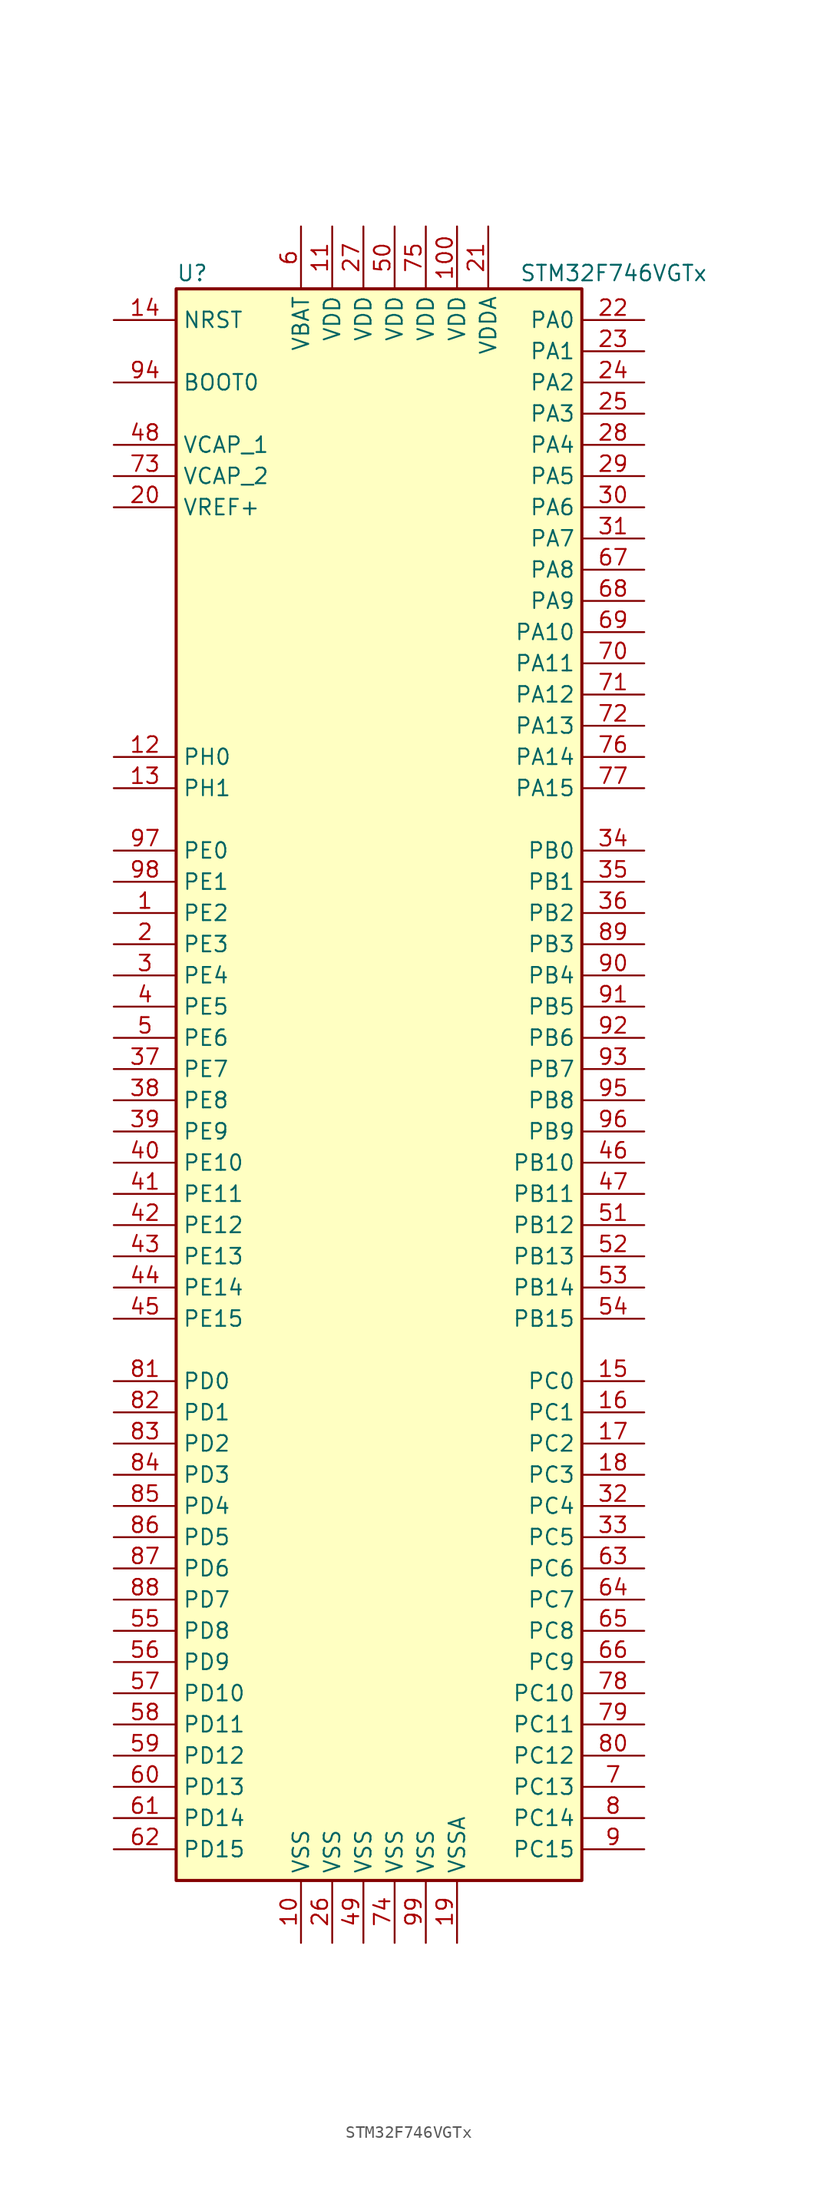
<source format=kicad_sym>
(kicad_symbol_lib
  (version 20201005)
  (generator kicad_symbol_editor)
  (symbol "STM32F746VGTx"
    (property "Reference" "U"
      (at -17.78 64.77 0)
      (effects (font (size 1.27 1.27)) (justify left)))
    (property "Value" "STM32F746VGTx"
      (at 10.16 64.77 0)
      (effects (font (size 1.27 1.27)) (justify left)))
    (symbol "STM32F746VGTx_0_1"
      (rectangle (start -17.78 -66.04) (end 15.24 63.5) (stroke (width 0.254)) (fill (type background))))
    (symbol "STM32F746VGTx_1_1"
      (pin input line (at -22.86 55.88 0) (length 5.08) (name "BOOT0" (effects (font (size 1.27 1.27)))) (number "94" (effects (font (size 1.27 1.27)))))
      (pin input line (at -22.86 60.96 0) (length 5.08) (name "NRST" (effects (font (size 1.27 1.27)))) (number "14" (effects (font (size 1.27 1.27)))))
      (pin bidirectional line (at 20.32 60.96 180) (length 5.08) (name "PA0" (effects (font (size 1.27 1.27)))) (number "22" (effects (font (size 1.27 1.27)))))
      (pin bidirectional line (at 20.32 58.42 180) (length 5.08) (name "PA1" (effects (font (size 1.27 1.27)))) (number "23" (effects (font (size 1.27 1.27)))))
      (pin bidirectional line (at 20.32 35.56 180) (length 5.08) (name "PA10" (effects (font (size 1.27 1.27)))) (number "69" (effects (font (size 1.27 1.27)))))
      (pin bidirectional line (at 20.32 33.02 180) (length 5.08) (name "PA11" (effects (font (size 1.27 1.27)))) (number "70" (effects (font (size 1.27 1.27)))))
      (pin bidirectional line (at 20.32 30.48 180) (length 5.08) (name "PA12" (effects (font (size 1.27 1.27)))) (number "71" (effects (font (size 1.27 1.27)))))
      (pin bidirectional line (at 20.32 27.94 180) (length 5.08) (name "PA13" (effects (font (size 1.27 1.27)))) (number "72" (effects (font (size 1.27 1.27)))))
      (pin bidirectional line (at 20.32 25.4 180) (length 5.08) (name "PA14" (effects (font (size 1.27 1.27)))) (number "76" (effects (font (size 1.27 1.27)))))
      (pin bidirectional line (at 20.32 22.86 180) (length 5.08) (name "PA15" (effects (font (size 1.27 1.27)))) (number "77" (effects (font (size 1.27 1.27)))))
      (pin bidirectional line (at 20.32 55.88 180) (length 5.08) (name "PA2" (effects (font (size 1.27 1.27)))) (number "24" (effects (font (size 1.27 1.27)))))
      (pin bidirectional line (at 20.32 53.34 180) (length 5.08) (name "PA3" (effects (font (size 1.27 1.27)))) (number "25" (effects (font (size 1.27 1.27)))))
      (pin bidirectional line (at 20.32 50.8 180) (length 5.08) (name "PA4" (effects (font (size 1.27 1.27)))) (number "28" (effects (font (size 1.27 1.27)))))
      (pin bidirectional line (at 20.32 48.26 180) (length 5.08) (name "PA5" (effects (font (size 1.27 1.27)))) (number "29" (effects (font (size 1.27 1.27)))))
      (pin bidirectional line (at 20.32 45.72 180) (length 5.08) (name "PA6" (effects (font (size 1.27 1.27)))) (number "30" (effects (font (size 1.27 1.27)))))
      (pin bidirectional line (at 20.32 43.18 180) (length 5.08) (name "PA7" (effects (font (size 1.27 1.27)))) (number "31" (effects (font (size 1.27 1.27)))))
      (pin bidirectional line (at 20.32 40.64 180) (length 5.08) (name "PA8" (effects (font (size 1.27 1.27)))) (number "67" (effects (font (size 1.27 1.27)))))
      (pin bidirectional line (at 20.32 38.1 180) (length 5.08) (name "PA9" (effects (font (size 1.27 1.27)))) (number "68" (effects (font (size 1.27 1.27)))))
      (pin bidirectional line (at 20.32 17.78 180) (length 5.08) (name "PB0" (effects (font (size 1.27 1.27)))) (number "34" (effects (font (size 1.27 1.27)))))
      (pin bidirectional line (at 20.32 15.24 180) (length 5.08) (name "PB1" (effects (font (size 1.27 1.27)))) (number "35" (effects (font (size 1.27 1.27)))))
      (pin bidirectional line (at 20.32 -7.62 180) (length 5.08) (name "PB10" (effects (font (size 1.27 1.27)))) (number "46" (effects (font (size 1.27 1.27)))))
      (pin bidirectional line (at 20.32 -10.16 180) (length 5.08) (name "PB11" (effects (font (size 1.27 1.27)))) (number "47" (effects (font (size 1.27 1.27)))))
      (pin bidirectional line (at 20.32 -12.7 180) (length 5.08) (name "PB12" (effects (font (size 1.27 1.27)))) (number "51" (effects (font (size 1.27 1.27)))))
      (pin bidirectional line (at 20.32 -15.24 180) (length 5.08) (name "PB13" (effects (font (size 1.27 1.27)))) (number "52" (effects (font (size 1.27 1.27)))))
      (pin bidirectional line (at 20.32 -17.78 180) (length 5.08) (name "PB14" (effects (font (size 1.27 1.27)))) (number "53" (effects (font (size 1.27 1.27)))))
      (pin bidirectional line (at 20.32 -20.32 180) (length 5.08) (name "PB15" (effects (font (size 1.27 1.27)))) (number "54" (effects (font (size 1.27 1.27)))))
      (pin bidirectional line (at 20.32 12.7 180) (length 5.08) (name "PB2" (effects (font (size 1.27 1.27)))) (number "36" (effects (font (size 1.27 1.27)))))
      (pin bidirectional line (at 20.32 10.16 180) (length 5.08) (name "PB3" (effects (font (size 1.27 1.27)))) (number "89" (effects (font (size 1.27 1.27)))))
      (pin bidirectional line (at 20.32 7.62 180) (length 5.08) (name "PB4" (effects (font (size 1.27 1.27)))) (number "90" (effects (font (size 1.27 1.27)))))
      (pin bidirectional line (at 20.32 5.08 180) (length 5.08) (name "PB5" (effects (font (size 1.27 1.27)))) (number "91" (effects (font (size 1.27 1.27)))))
      (pin bidirectional line (at 20.32 2.54 180) (length 5.08) (name "PB6" (effects (font (size 1.27 1.27)))) (number "92" (effects (font (size 1.27 1.27)))))
      (pin bidirectional line (at 20.32 0 180) (length 5.08) (name "PB7" (effects (font (size 1.27 1.27)))) (number "93" (effects (font (size 1.27 1.27)))))
      (pin bidirectional line (at 20.32 -2.54 180) (length 5.08) (name "PB8" (effects (font (size 1.27 1.27)))) (number "95" (effects (font (size 1.27 1.27)))))
      (pin bidirectional line (at 20.32 -5.08 180) (length 5.08) (name "PB9" (effects (font (size 1.27 1.27)))) (number "96" (effects (font (size 1.27 1.27)))))
      (pin bidirectional line (at 20.32 -25.4 180) (length 5.08) (name "PC0" (effects (font (size 1.27 1.27)))) (number "15" (effects (font (size 1.27 1.27)))))
      (pin bidirectional line (at 20.32 -27.94 180) (length 5.08) (name "PC1" (effects (font (size 1.27 1.27)))) (number "16" (effects (font (size 1.27 1.27)))))
      (pin bidirectional line (at 20.32 -50.8 180) (length 5.08) (name "PC10" (effects (font (size 1.27 1.27)))) (number "78" (effects (font (size 1.27 1.27)))))
      (pin bidirectional line (at 20.32 -53.34 180) (length 5.08) (name "PC11" (effects (font (size 1.27 1.27)))) (number "79" (effects (font (size 1.27 1.27)))))
      (pin bidirectional line (at 20.32 -55.88 180) (length 5.08) (name "PC12" (effects (font (size 1.27 1.27)))) (number "80" (effects (font (size 1.27 1.27)))))
      (pin bidirectional line (at 20.32 -58.42 180) (length 5.08) (name "PC13" (effects (font (size 1.27 1.27)))) (number "7" (effects (font (size 1.27 1.27)))))
      (pin bidirectional line (at 20.32 -60.96 180) (length 5.08) (name "PC14" (effects (font (size 1.27 1.27)))) (number "8" (effects (font (size 1.27 1.27)))))
      (pin bidirectional line (at 20.32 -63.5 180) (length 5.08) (name "PC15" (effects (font (size 1.27 1.27)))) (number "9" (effects (font (size 1.27 1.27)))))
      (pin bidirectional line (at 20.32 -30.48 180) (length 5.08) (name "PC2" (effects (font (size 1.27 1.27)))) (number "17" (effects (font (size 1.27 1.27)))))
      (pin bidirectional line (at 20.32 -33.02 180) (length 5.08) (name "PC3" (effects (font (size 1.27 1.27)))) (number "18" (effects (font (size 1.27 1.27)))))
      (pin bidirectional line (at 20.32 -35.56 180) (length 5.08) (name "PC4" (effects (font (size 1.27 1.27)))) (number "32" (effects (font (size 1.27 1.27)))))
      (pin bidirectional line (at 20.32 -38.1 180) (length 5.08) (name "PC5" (effects (font (size 1.27 1.27)))) (number "33" (effects (font (size 1.27 1.27)))))
      (pin bidirectional line (at 20.32 -40.64 180) (length 5.08) (name "PC6" (effects (font (size 1.27 1.27)))) (number "63" (effects (font (size 1.27 1.27)))))
      (pin bidirectional line (at 20.32 -43.18 180) (length 5.08) (name "PC7" (effects (font (size 1.27 1.27)))) (number "64" (effects (font (size 1.27 1.27)))))
      (pin bidirectional line (at 20.32 -45.72 180) (length 5.08) (name "PC8" (effects (font (size 1.27 1.27)))) (number "65" (effects (font (size 1.27 1.27)))))
      (pin bidirectional line (at 20.32 -48.26 180) (length 5.08) (name "PC9" (effects (font (size 1.27 1.27)))) (number "66" (effects (font (size 1.27 1.27)))))
      (pin bidirectional line (at -22.86 -25.4 0) (length 5.08) (name "PD0" (effects (font (size 1.27 1.27)))) (number "81" (effects (font (size 1.27 1.27)))))
      (pin bidirectional line (at -22.86 -27.94 0) (length 5.08) (name "PD1" (effects (font (size 1.27 1.27)))) (number "82" (effects (font (size 1.27 1.27)))))
      (pin bidirectional line (at -22.86 -50.8 0) (length 5.08) (name "PD10" (effects (font (size 1.27 1.27)))) (number "57" (effects (font (size 1.27 1.27)))))
      (pin bidirectional line (at -22.86 -53.34 0) (length 5.08) (name "PD11" (effects (font (size 1.27 1.27)))) (number "58" (effects (font (size 1.27 1.27)))))
      (pin bidirectional line (at -22.86 -55.88 0) (length 5.08) (name "PD12" (effects (font (size 1.27 1.27)))) (number "59" (effects (font (size 1.27 1.27)))))
      (pin bidirectional line (at -22.86 -58.42 0) (length 5.08) (name "PD13" (effects (font (size 1.27 1.27)))) (number "60" (effects (font (size 1.27 1.27)))))
      (pin bidirectional line (at -22.86 -60.96 0) (length 5.08) (name "PD14" (effects (font (size 1.27 1.27)))) (number "61" (effects (font (size 1.27 1.27)))))
      (pin bidirectional line (at -22.86 -63.5 0) (length 5.08) (name "PD15" (effects (font (size 1.27 1.27)))) (number "62" (effects (font (size 1.27 1.27)))))
      (pin bidirectional line (at -22.86 -30.48 0) (length 5.08) (name "PD2" (effects (font (size 1.27 1.27)))) (number "83" (effects (font (size 1.27 1.27)))))
      (pin bidirectional line (at -22.86 -33.02 0) (length 5.08) (name "PD3" (effects (font (size 1.27 1.27)))) (number "84" (effects (font (size 1.27 1.27)))))
      (pin bidirectional line (at -22.86 -35.56 0) (length 5.08) (name "PD4" (effects (font (size 1.27 1.27)))) (number "85" (effects (font (size 1.27 1.27)))))
      (pin bidirectional line (at -22.86 -38.1 0) (length 5.08) (name "PD5" (effects (font (size 1.27 1.27)))) (number "86" (effects (font (size 1.27 1.27)))))
      (pin bidirectional line (at -22.86 -40.64 0) (length 5.08) (name "PD6" (effects (font (size 1.27 1.27)))) (number "87" (effects (font (size 1.27 1.27)))))
      (pin bidirectional line (at -22.86 -43.18 0) (length 5.08) (name "PD7" (effects (font (size 1.27 1.27)))) (number "88" (effects (font (size 1.27 1.27)))))
      (pin bidirectional line (at -22.86 -45.72 0) (length 5.08) (name "PD8" (effects (font (size 1.27 1.27)))) (number "55" (effects (font (size 1.27 1.27)))))
      (pin bidirectional line (at -22.86 -48.26 0) (length 5.08) (name "PD9" (effects (font (size 1.27 1.27)))) (number "56" (effects (font (size 1.27 1.27)))))
      (pin bidirectional line (at -22.86 17.78 0) (length 5.08) (name "PE0" (effects (font (size 1.27 1.27)))) (number "97" (effects (font (size 1.27 1.27)))))
      (pin bidirectional line (at -22.86 15.24 0) (length 5.08) (name "PE1" (effects (font (size 1.27 1.27)))) (number "98" (effects (font (size 1.27 1.27)))))
      (pin bidirectional line (at -22.86 -7.62 0) (length 5.08) (name "PE10" (effects (font (size 1.27 1.27)))) (number "40" (effects (font (size 1.27 1.27)))))
      (pin bidirectional line (at -22.86 -10.16 0) (length 5.08) (name "PE11" (effects (font (size 1.27 1.27)))) (number "41" (effects (font (size 1.27 1.27)))))
      (pin bidirectional line (at -22.86 -12.7 0) (length 5.08) (name "PE12" (effects (font (size 1.27 1.27)))) (number "42" (effects (font (size 1.27 1.27)))))
      (pin bidirectional line (at -22.86 -15.24 0) (length 5.08) (name "PE13" (effects (font (size 1.27 1.27)))) (number "43" (effects (font (size 1.27 1.27)))))
      (pin bidirectional line (at -22.86 -17.78 0) (length 5.08) (name "PE14" (effects (font (size 1.27 1.27)))) (number "44" (effects (font (size 1.27 1.27)))))
      (pin bidirectional line (at -22.86 -20.32 0) (length 5.08) (name "PE15" (effects (font (size 1.27 1.27)))) (number "45" (effects (font (size 1.27 1.27)))))
      (pin bidirectional line (at -22.86 12.7 0) (length 5.08) (name "PE2" (effects (font (size 1.27 1.27)))) (number "1" (effects (font (size 1.27 1.27)))))
      (pin bidirectional line (at -22.86 10.16 0) (length 5.08) (name "PE3" (effects (font (size 1.27 1.27)))) (number "2" (effects (font (size 1.27 1.27)))))
      (pin bidirectional line (at -22.86 7.62 0) (length 5.08) (name "PE4" (effects (font (size 1.27 1.27)))) (number "3" (effects (font (size 1.27 1.27)))))
      (pin bidirectional line (at -22.86 5.08 0) (length 5.08) (name "PE5" (effects (font (size 1.27 1.27)))) (number "4" (effects (font (size 1.27 1.27)))))
      (pin bidirectional line (at -22.86 2.54 0) (length 5.08) (name "PE6" (effects (font (size 1.27 1.27)))) (number "5" (effects (font (size 1.27 1.27)))))
      (pin bidirectional line (at -22.86 0 0) (length 5.08) (name "PE7" (effects (font (size 1.27 1.27)))) (number "37" (effects (font (size 1.27 1.27)))))
      (pin bidirectional line (at -22.86 -2.54 0) (length 5.08) (name "PE8" (effects (font (size 1.27 1.27)))) (number "38" (effects (font (size 1.27 1.27)))))
      (pin bidirectional line (at -22.86 -5.08 0) (length 5.08) (name "PE9" (effects (font (size 1.27 1.27)))) (number "39" (effects (font (size 1.27 1.27)))))
      (pin input line (at -22.86 25.4 0) (length 5.08) (name "PH0" (effects (font (size 1.27 1.27)))) (number "12" (effects (font (size 1.27 1.27)))))
      (pin input line (at -22.86 22.86 0) (length 5.08) (name "PH1" (effects (font (size 1.27 1.27)))) (number "13" (effects (font (size 1.27 1.27)))))
      (pin power_in line (at -7.62 68.58 270) (length 5.08) (name "VBAT" (effects (font (size 1.27 1.27)))) (number "6" (effects (font (size 1.27 1.27)))))
      (pin power_in line (at -22.86 50.8 0) (length 5.08) (name "VCAP_1" (effects (font (size 1.27 1.27)))) (number "48" (effects (font (size 1.27 1.27)))))
      (pin power_in line (at -22.86 48.26 0) (length 5.08) (name "VCAP_2" (effects (font (size 1.27 1.27)))) (number "73" (effects (font (size 1.27 1.27)))))
      (pin power_in line (at 5.08 68.58 270) (length 5.08) (name "VDD" (effects (font (size 1.27 1.27)))) (number "100" (effects (font (size 1.27 1.27)))))
      (pin power_in line (at -5.08 68.58 270) (length 5.08) (name "VDD" (effects (font (size 1.27 1.27)))) (number "11" (effects (font (size 1.27 1.27)))))
      (pin power_in line (at -2.54 68.58 270) (length 5.08) (name "VDD" (effects (font (size 1.27 1.27)))) (number "27" (effects (font (size 1.27 1.27)))))
      (pin power_in line (at 0 68.58 270) (length 5.08) (name "VDD" (effects (font (size 1.27 1.27)))) (number "50" (effects (font (size 1.27 1.27)))))
      (pin power_in line (at 2.54 68.58 270) (length 5.08) (name "VDD" (effects (font (size 1.27 1.27)))) (number "75" (effects (font (size 1.27 1.27)))))
      (pin power_in line (at 7.62 68.58 270) (length 5.08) (name "VDDA" (effects (font (size 1.27 1.27)))) (number "21" (effects (font (size 1.27 1.27)))))
      (pin power_in line (at -22.86 45.72 0) (length 5.08) (name "VREF+" (effects (font (size 1.27 1.27)))) (number "20" (effects (font (size 1.27 1.27)))))
      (pin power_in line (at -7.62 -71.12 90) (length 5.08) (name "VSS" (effects (font (size 1.27 1.27)))) (number "10" (effects (font (size 1.27 1.27)))))
      (pin power_in line (at -5.08 -71.12 90) (length 5.08) (name "VSS" (effects (font (size 1.27 1.27)))) (number "26" (effects (font (size 1.27 1.27)))))
      (pin power_in line (at -2.54 -71.12 90) (length 5.08) (name "VSS" (effects (font (size 1.27 1.27)))) (number "49" (effects (font (size 1.27 1.27)))))
      (pin power_in line (at 0 -71.12 90) (length 5.08) (name "VSS" (effects (font (size 1.27 1.27)))) (number "74" (effects (font (size 1.27 1.27)))))
      (pin power_in line (at 2.54 -71.12 90) (length 5.08) (name "VSS" (effects (font (size 1.27 1.27)))) (number "99" (effects (font (size 1.27 1.27)))))
      (pin power_in line (at 5.08 -71.12 90) (length 5.08) (name "VSSA" (effects (font (size 1.27 1.27)))) (number "19" (effects (font (size 1.27 1.27))))))))
</source>
